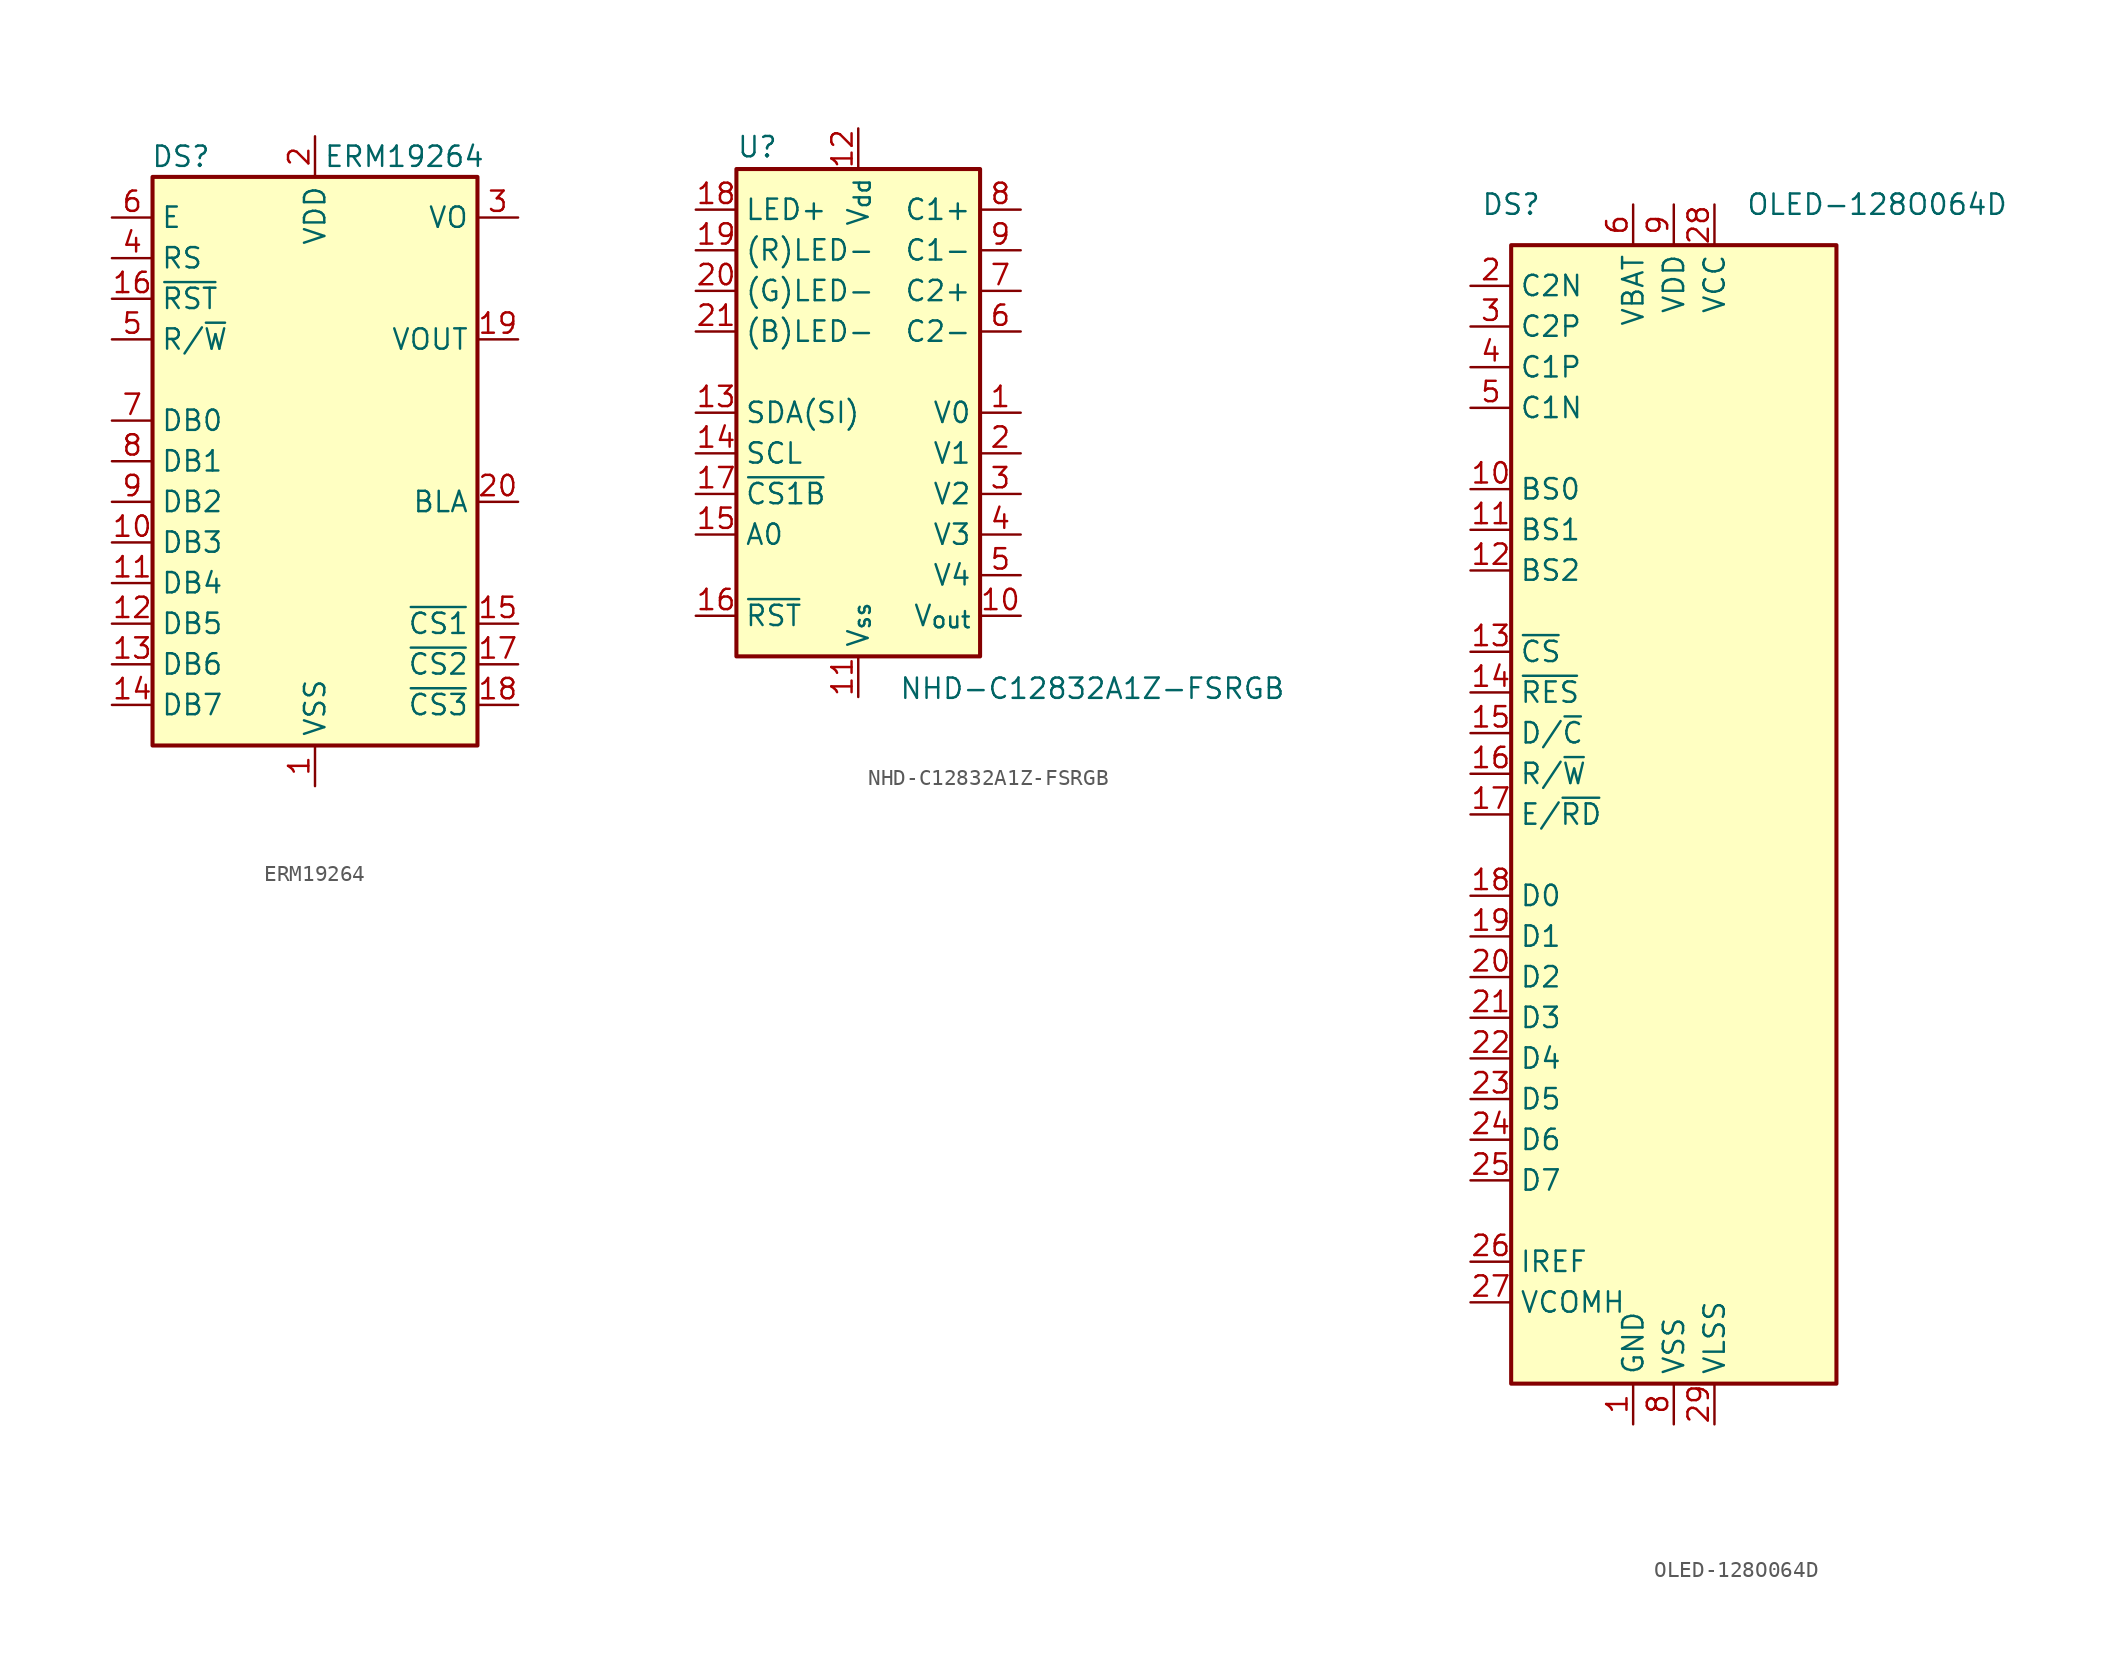
<source format=kicad_sym>
(kicad_symbol_lib
  (version 20241209)
  (generator "kicad_symbol_editor")
  (generator_version "9.0")
  (symbol "ERM19264"
    (property "Reference" "DS"
      (at -8.382 19.05 0)
      (effects (font (size 1.27 1.27))))
    (property "Value" "ERM19264"
      (at 5.588 19.05 0)
      (effects (font (size 1.27 1.27))))
    (symbol "ERM19264_0_0"
      (pin input line (at 12.7 -15.24 180) (length 2.54) (name "~{CS3}" (effects (font (size 1.27 1.27)))) (number "18" (effects (font (size 1.27 1.27))))))
    (symbol "ERM19264_0_1"
      (rectangle (start -10.16 17.78) (end 10.16 -17.78) (stroke (width 0.254) (type default)) (fill (type background))))
    (symbol "ERM19264_1_1"
      (pin input line (at -12.7 15.24 0) (length 2.54) (name "E" (effects (font (size 1.27 1.27)))) (number "6" (effects (font (size 1.27 1.27)))))
      (pin input line (at -12.7 12.7 0) (length 2.54) (name "RS" (effects (font (size 1.27 1.27)))) (number "4" (effects (font (size 1.27 1.27)))))
      (pin input line (at -12.7 10.16 0) (length 2.54) (name "~{RST}" (effects (font (size 1.27 1.27)))) (number "16" (effects (font (size 1.27 1.27)))))
      (pin input line (at -12.7 7.62 0) (length 2.54) (name "R/~{W}" (effects (font (size 1.27 1.27)))) (number "5" (effects (font (size 1.27 1.27)))))
      (pin bidirectional line (at -12.7 2.54 0) (length 2.54) (name "DB0" (effects (font (size 1.27 1.27)))) (number "7" (effects (font (size 1.27 1.27)))))
      (pin bidirectional line (at -12.7 0 0) (length 2.54) (name "DB1" (effects (font (size 1.27 1.27)))) (number "8" (effects (font (size 1.27 1.27)))))
      (pin bidirectional line (at -12.7 -2.54 0) (length 2.54) (name "DB2" (effects (font (size 1.27 1.27)))) (number "9" (effects (font (size 1.27 1.27)))))
      (pin bidirectional line (at -12.7 -5.08 0) (length 2.54) (name "DB3" (effects (font (size 1.27 1.27)))) (number "10" (effects (font (size 1.27 1.27)))))
      (pin bidirectional line (at -12.7 -7.62 0) (length 2.54) (name "DB4" (effects (font (size 1.27 1.27)))) (number "11" (effects (font (size 1.27 1.27)))))
      (pin bidirectional line (at -12.7 -10.16 0) (length 2.54) (name "DB5" (effects (font (size 1.27 1.27)))) (number "12" (effects (font (size 1.27 1.27)))))
      (pin bidirectional line (at -12.7 -12.7 0) (length 2.54) (name "DB6" (effects (font (size 1.27 1.27)))) (number "13" (effects (font (size 1.27 1.27)))))
      (pin bidirectional line (at -12.7 -15.24 0) (length 2.54) (name "DB7" (effects (font (size 1.27 1.27)))) (number "14" (effects (font (size 1.27 1.27)))))
      (pin power_in line (at 0 20.32 270) (length 2.54) (name "VDD" (effects (font (size 1.27 1.27)))) (number "2" (effects (font (size 1.27 1.27)))))
      (pin power_in line (at 0 -20.32 90) (length 2.54) (name "VSS" (effects (font (size 1.27 1.27)))) (number "1" (effects (font (size 1.27 1.27)))))
      (pin passive line (at 12.7 15.24 180) (length 2.54) (name "VO" (effects (font (size 1.27 1.27)))) (number "3" (effects (font (size 1.27 1.27)))))
      (pin passive line (at 12.7 7.62 180) (length 2.54) (name "VOUT" (effects (font (size 1.27 1.27)))) (number "19" (effects (font (size 1.27 1.27)))))
      (pin passive line (at 12.7 -2.54 180) (length 2.54) (name "BLA" (effects (font (size 1.27 1.27)))) (number "20" (effects (font (size 1.27 1.27)))))
      (pin input line (at 12.7 -10.16 180) (length 2.54) (name "~{CS1}" (effects (font (size 1.27 1.27)))) (number "15" (effects (font (size 1.27 1.27)))))
      (pin input line (at 12.7 -12.7 180) (length 2.54) (name "~{CS2}" (effects (font (size 1.27 1.27)))) (number "17" (effects (font (size 1.27 1.27)))))))
  (symbol "NHD-C12832A1Z-FSRGB"
    (property "Reference" "U"
      (at -7.62 15.875 0)
      (effects (font (size 1.27 1.27)) (justify left bottom)))
    (property "Value" "NHD-C12832A1Z-FSRGB"
      (at 2.54 -16.51 0)
      (effects (font (size 1.27 1.27)) (justify left top)))
    (symbol "NHD-C12832A1Z-FSRGB_0_1"
      (rectangle (start -7.62 15.24) (end 7.62 -15.24) (stroke (width 0.254) (type default)) (fill (type background))))
    (symbol "NHD-C12832A1Z-FSRGB_1_1"
      (pin passive line (at -10.16 12.7 0) (length 2.54) (name "LED+" (effects (font (size 1.27 1.27)))) (number "18" (effects (font (size 1.27 1.27)))))
      (pin passive line (at -10.16 10.16 0) (length 2.54) (name "(R)LED-" (effects (font (size 1.27 1.27)))) (number "19" (effects (font (size 1.27 1.27)))))
      (pin passive line (at -10.16 7.62 0) (length 2.54) (name "(G)LED-" (effects (font (size 1.27 1.27)))) (number "20" (effects (font (size 1.27 1.27)))))
      (pin passive line (at -10.16 5.08 0) (length 2.54) (name "(B)LED-" (effects (font (size 1.27 1.27)))) (number "21" (effects (font (size 1.27 1.27)))))
      (pin input line (at -10.16 0 0) (length 2.54) (name "SDA(SI)" (effects (font (size 1.27 1.27)))) (number "13" (effects (font (size 1.27 1.27)))))
      (pin input line (at -10.16 -2.54 0) (length 2.54) (name "SCL" (effects (font (size 1.27 1.27)))) (number "14" (effects (font (size 1.27 1.27)))))
      (pin input line (at -10.16 -5.08 0) (length 2.54) (name "~{CS1B}" (effects (font (size 1.27 1.27)))) (number "17" (effects (font (size 1.27 1.27)))))
      (pin input line (at -10.16 -7.62 0) (length 2.54) (name "A0" (effects (font (size 1.27 1.27)))) (number "15" (effects (font (size 1.27 1.27)))))
      (pin input line (at -10.16 -12.7 0) (length 2.54) (name "~{RST}" (effects (font (size 1.27 1.27)))) (number "16" (effects (font (size 1.27 1.27)))))
      (pin power_in line (at 0 17.78 270) (length 2.54) (name "V_{dd}" (effects (font (size 1.27 1.27)))) (number "12" (effects (font (size 1.27 1.27)))))
      (pin power_in line (at 0 -17.78 90) (length 2.54) (name "V_{ss}" (effects (font (size 1.27 1.27)))) (number "11" (effects (font (size 1.27 1.27)))))
      (pin passive line (at 10.16 12.7 180) (length 2.54) (name "C1+" (effects (font (size 1.27 1.27)))) (number "8" (effects (font (size 1.27 1.27)))))
      (pin passive line (at 10.16 10.16 180) (length 2.54) (name "C1-" (effects (font (size 1.27 1.27)))) (number "9" (effects (font (size 1.27 1.27)))))
      (pin passive line (at 10.16 7.62 180) (length 2.54) (name "C2+" (effects (font (size 1.27 1.27)))) (number "7" (effects (font (size 1.27 1.27)))))
      (pin passive line (at 10.16 5.08 180) (length 2.54) (name "C2-" (effects (font (size 1.27 1.27)))) (number "6" (effects (font (size 1.27 1.27)))))
      (pin passive line (at 10.16 0 180) (length 2.54) (name "V0" (effects (font (size 1.27 1.27)))) (number "1" (effects (font (size 1.27 1.27)))))
      (pin passive line (at 10.16 -2.54 180) (length 2.54) (name "V1" (effects (font (size 1.27 1.27)))) (number "2" (effects (font (size 1.27 1.27)))))
      (pin passive line (at 10.16 -5.08 180) (length 2.54) (name "V2" (effects (font (size 1.27 1.27)))) (number "3" (effects (font (size 1.27 1.27)))))
      (pin passive line (at 10.16 -7.62 180) (length 2.54) (name "V3" (effects (font (size 1.27 1.27)))) (number "4" (effects (font (size 1.27 1.27)))))
      (pin passive line (at 10.16 -10.16 180) (length 2.54) (name "V4" (effects (font (size 1.27 1.27)))) (number "5" (effects (font (size 1.27 1.27)))))
      (pin passive line (at 10.16 -12.7 180) (length 2.54) (name "V_{out}" (effects (font (size 1.27 1.27)))) (number "10" (effects (font (size 1.27 1.27)))))))
  (symbol "OLED-128O064D"
    (property "Reference" "DS"
      (at -10.16 38.1 0)
      (effects (font (size 1.27 1.27))))
    (property "Value" "OLED-128O064D"
      (at 12.7 38.1 0)
      (effects (font (size 1.27 1.27))))
    (symbol "OLED-128O064D_0_1"
      (rectangle (start -10.16 35.56) (end 10.16 -35.56) (stroke (width 0.254) (type default)) (fill (type background))))
    (symbol "OLED-128O064D_1_1"
      (pin passive line (at -12.7 33.02 0) (length 2.54) (name "C2N" (effects (font (size 1.27 1.27)))) (number "2" (effects (font (size 1.27 1.27)))))
      (pin passive line (at -12.7 30.48 0) (length 2.54) (name "C2P" (effects (font (size 1.27 1.27)))) (number "3" (effects (font (size 1.27 1.27)))))
      (pin passive line (at -12.7 27.94 0) (length 2.54) (name "C1P" (effects (font (size 1.27 1.27)))) (number "4" (effects (font (size 1.27 1.27)))))
      (pin passive line (at -12.7 25.4 0) (length 2.54) (name "C1N" (effects (font (size 1.27 1.27)))) (number "5" (effects (font (size 1.27 1.27)))))
      (pin input line (at -12.7 20.32 0) (length 2.54) (name "BS0" (effects (font (size 1.27 1.27)))) (number "10" (effects (font (size 1.27 1.27)))))
      (pin input line (at -12.7 17.78 0) (length 2.54) (name "BS1" (effects (font (size 1.27 1.27)))) (number "11" (effects (font (size 1.27 1.27)))))
      (pin input line (at -12.7 15.24 0) (length 2.54) (name "BS2" (effects (font (size 1.27 1.27)))) (number "12" (effects (font (size 1.27 1.27)))))
      (pin input line (at -12.7 10.16 0) (length 2.54) (name "~{CS}" (effects (font (size 1.27 1.27)))) (number "13" (effects (font (size 1.27 1.27)))))
      (pin input line (at -12.7 7.62 0) (length 2.54) (name "~{RES}" (effects (font (size 1.27 1.27)))) (number "14" (effects (font (size 1.27 1.27)))))
      (pin input line (at -12.7 5.08 0) (length 2.54) (name "D/~{C}" (effects (font (size 1.27 1.27)))) (number "15" (effects (font (size 1.27 1.27)))))
      (pin input line (at -12.7 2.54 0) (length 2.54) (name "R/~{W}" (effects (font (size 1.27 1.27)))) (number "16" (effects (font (size 1.27 1.27)))))
      (pin input line (at -12.7 0 0) (length 2.54) (name "E/~{RD}" (effects (font (size 1.27 1.27)))) (number "17" (effects (font (size 1.27 1.27)))))
      (pin bidirectional line (at -12.7 -5.08 0) (length 2.54) (name "D0" (effects (font (size 1.27 1.27)))) (number "18" (effects (font (size 1.27 1.27)))))
      (pin bidirectional line (at -12.7 -7.62 0) (length 2.54) (name "D1" (effects (font (size 1.27 1.27)))) (number "19" (effects (font (size 1.27 1.27)))))
      (pin bidirectional line (at -12.7 -10.16 0) (length 2.54) (name "D2" (effects (font (size 1.27 1.27)))) (number "20" (effects (font (size 1.27 1.27)))))
      (pin bidirectional line (at -12.7 -12.7 0) (length 2.54) (name "D3" (effects (font (size 1.27 1.27)))) (number "21" (effects (font (size 1.27 1.27)))))
      (pin bidirectional line (at -12.7 -15.24 0) (length 2.54) (name "D4" (effects (font (size 1.27 1.27)))) (number "22" (effects (font (size 1.27 1.27)))))
      (pin bidirectional line (at -12.7 -17.78 0) (length 2.54) (name "D5" (effects (font (size 1.27 1.27)))) (number "23" (effects (font (size 1.27 1.27)))))
      (pin bidirectional line (at -12.7 -20.32 0) (length 2.54) (name "D6" (effects (font (size 1.27 1.27)))) (number "24" (effects (font (size 1.27 1.27)))))
      (pin bidirectional line (at -12.7 -22.86 0) (length 2.54) (name "D7" (effects (font (size 1.27 1.27)))) (number "25" (effects (font (size 1.27 1.27)))))
      (pin passive line (at -12.7 -27.94 0) (length 2.54) (name "IREF" (effects (font (size 1.27 1.27)))) (number "26" (effects (font (size 1.27 1.27)))))
      (pin passive line (at -12.7 -30.48 0) (length 2.54) (name "VCOMH" (effects (font (size 1.27 1.27)))) (number "27" (effects (font (size 1.27 1.27)))))
      (pin power_in line (at -2.54 38.1 270) (length 2.54) (name "VBAT" (effects (font (size 1.27 1.27)))) (number "6" (effects (font (size 1.27 1.27)))))
      (pin power_in line (at -2.54 -38.1 90) (length 2.54) (name "GND" (effects (font (size 1.27 1.27)))) (number "1" (effects (font (size 1.27 1.27)))))
      (pin passive line (at -2.54 -38.1 90) (length 2.54) (hide yes) (name "GND" (effects (font (size 1.27 1.27)))) (number "30" (effects (font (size 1.27 1.27)))))
      (pin power_in line (at 0 38.1 270) (length 2.54) (name "VDD" (effects (font (size 1.27 1.27)))) (number "9" (effects (font (size 1.27 1.27)))))
      (pin power_in line (at 0 -38.1 90) (length 2.54) (name "VSS" (effects (font (size 1.27 1.27)))) (number "8" (effects (font (size 1.27 1.27)))))
      (pin power_in line (at 2.54 38.1 270) (length 2.54) (name "VCC" (effects (font (size 1.27 1.27)))) (number "28" (effects (font (size 1.27 1.27)))))
      (pin power_in line (at 2.54 -38.1 90) (length 2.54) (name "VLSS" (effects (font (size 1.27 1.27)))) (number "29" (effects (font (size 1.27 1.27)))))
      (pin no_connect line (at 10.16 0 180) (length 2.54) (hide yes) (name "NC" (effects (font (size 1.27 1.27)))) (number "7" (effects (font (size 1.27 1.27))))))))
</source>
